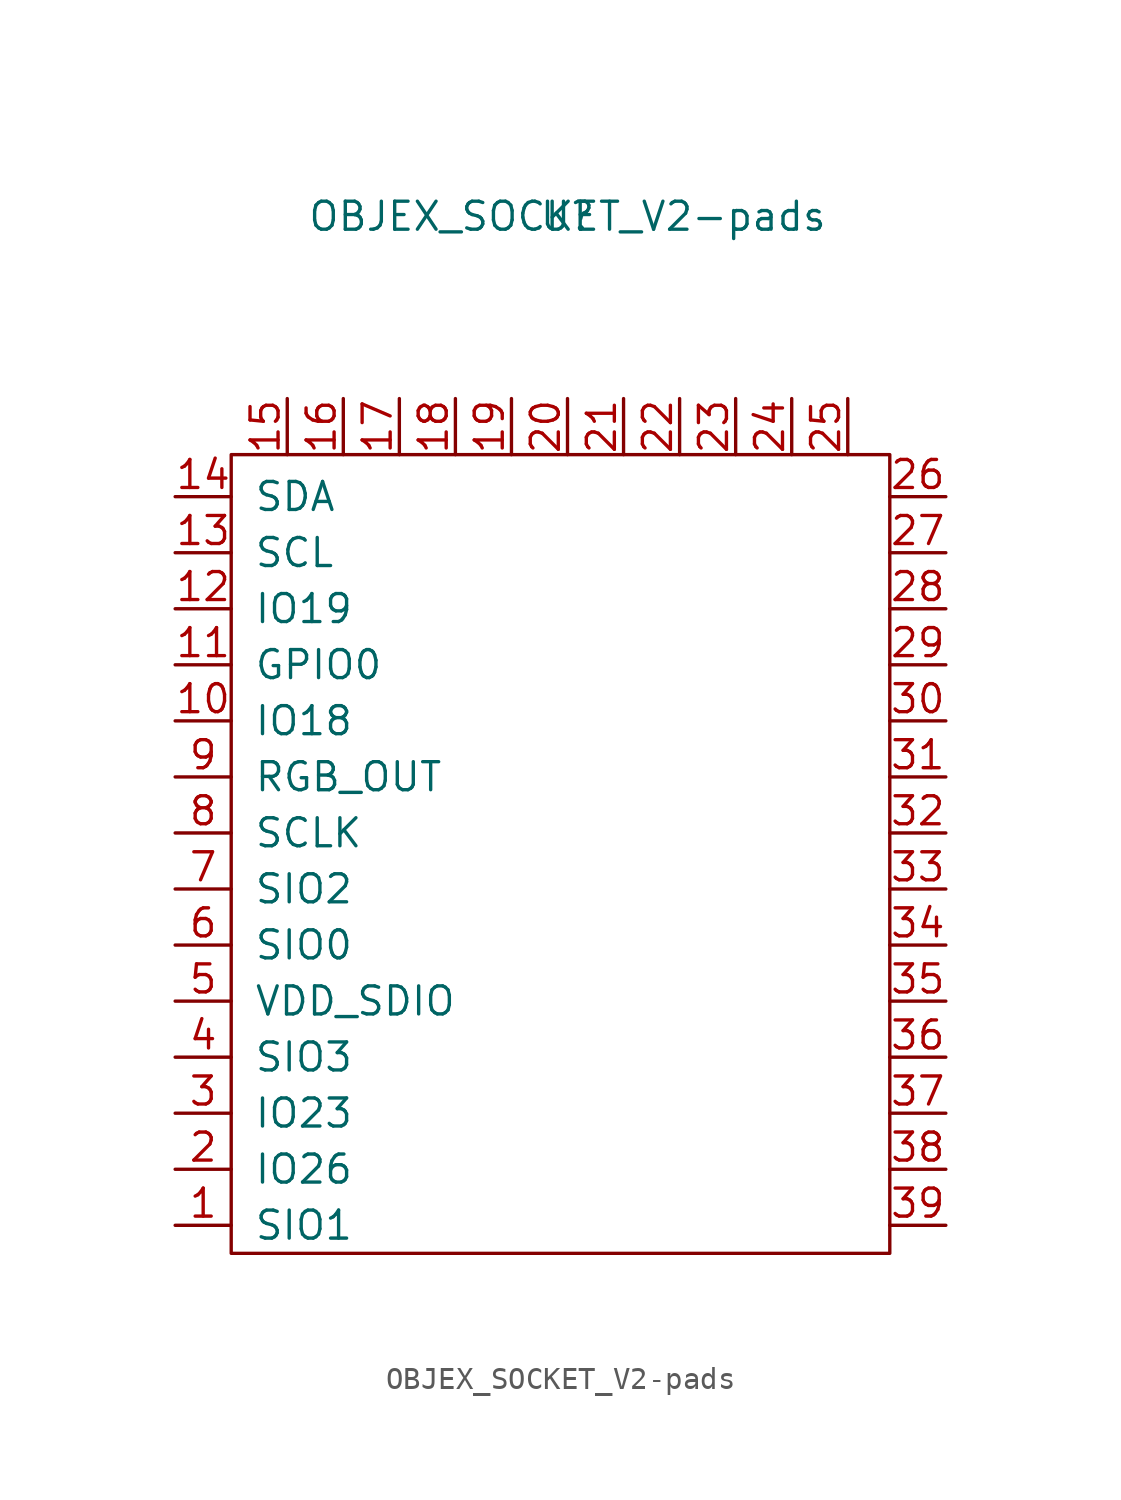
<source format=kicad_sym>
(kicad_symbol_lib
  (version 20211014)
  (generator kicad_symbol_editor)
  (symbol "OBJEX_SOCKET_V2-pads"
    (pin_names
      (offset 1.016))
    (property "Reference" "U"
      (at 0 1.905 0)
      (effects (font (size 1.27 1.27))))
    (property "Value" "OBJEX_SOCKET_V2-pads"
      (at 0 1.905 0)
      (effects (font (size 1.27 1.27))))
    (symbol "OBJEX_SOCKET_V2-pads_0_1"
      (rectangle (start -15.24 -8.89) (end 14.605 -45.085) (stroke (width 0) (type default) (color 0 0 0 0)) (fill (type none))))
    (symbol "OBJEX_SOCKET_V2-pads_1_1"
      (pin input line (at -17.78 -43.815 0) (length 2.54) (name "SIO1" (effects (font (size 1.27 1.27)))) (number "1" (effects (font (size 1.27 1.27)))))
      (pin input line (at -17.78 -20.955 0) (length 2.54) (name "IO18" (effects (font (size 1.27 1.27)))) (number "10" (effects (font (size 1.27 1.27)))))
      (pin input line (at -17.78 -18.415 0) (length 2.54) (name "GPIO0" (effects (font (size 1.27 1.27)))) (number "11" (effects (font (size 1.27 1.27)))))
      (pin input line (at -17.78 -15.875 0) (length 2.54) (name "IO19" (effects (font (size 1.27 1.27)))) (number "12" (effects (font (size 1.27 1.27)))))
      (pin input line (at -17.78 -13.335 0) (length 2.54) (name "SCL" (effects (font (size 1.27 1.27)))) (number "13" (effects (font (size 1.27 1.27)))))
      (pin input line (at -17.78 -10.795 0) (length 2.54) (name "SDA" (effects (font (size 1.27 1.27)))) (number "14" (effects (font (size 1.27 1.27)))))
      (pin input line (at -12.7 -6.35 270) (length 2.54) (name "~" (effects (font (size 1.27 1.27)))) (number "15" (effects (font (size 1.27 1.27)))))
      (pin input line (at -10.16 -6.35 270) (length 2.54) (name "~" (effects (font (size 1.27 1.27)))) (number "16" (effects (font (size 1.27 1.27)))))
      (pin input line (at -7.62 -6.35 270) (length 2.54) (name "~" (effects (font (size 1.27 1.27)))) (number "17" (effects (font (size 1.27 1.27)))))
      (pin input line (at -5.08 -6.35 270) (length 2.54) (name "~" (effects (font (size 1.27 1.27)))) (number "18" (effects (font (size 1.27 1.27)))))
      (pin input line (at -2.54 -6.35 270) (length 2.54) (name "~" (effects (font (size 1.27 1.27)))) (number "19" (effects (font (size 1.27 1.27)))))
      (pin input line (at -17.78 -41.275 0) (length 2.54) (name "IO26" (effects (font (size 1.27 1.27)))) (number "2" (effects (font (size 1.27 1.27)))))
      (pin input line (at 0 -6.35 270) (length 2.54) (name "~" (effects (font (size 1.27 1.27)))) (number "20" (effects (font (size 1.27 1.27)))))
      (pin input line (at 2.54 -6.35 270) (length 2.54) (name "~" (effects (font (size 1.27 1.27)))) (number "21" (effects (font (size 1.27 1.27)))))
      (pin input line (at 5.08 -6.35 270) (length 2.54) (name "~" (effects (font (size 1.27 1.27)))) (number "22" (effects (font (size 1.27 1.27)))))
      (pin input line (at 7.62 -6.35 270) (length 2.54) (name "~" (effects (font (size 1.27 1.27)))) (number "23" (effects (font (size 1.27 1.27)))))
      (pin input line (at 10.16 -6.35 270) (length 2.54) (name "~" (effects (font (size 1.27 1.27)))) (number "24" (effects (font (size 1.27 1.27)))))
      (pin input line (at 12.7 -6.35 270) (length 2.54) (name "~" (effects (font (size 1.27 1.27)))) (number "25" (effects (font (size 1.27 1.27)))))
      (pin input line (at 17.145 -10.795 180) (length 2.54) (name "~" (effects (font (size 1.27 1.27)))) (number "26" (effects (font (size 1.27 1.27)))))
      (pin input line (at 17.145 -13.335 180) (length 2.54) (name "~" (effects (font (size 1.27 1.27)))) (number "27" (effects (font (size 1.27 1.27)))))
      (pin input line (at 17.145 -15.875 180) (length 2.54) (name "~" (effects (font (size 1.27 1.27)))) (number "28" (effects (font (size 1.27 1.27)))))
      (pin input line (at 17.145 -18.415 180) (length 2.54) (name "~" (effects (font (size 1.27 1.27)))) (number "29" (effects (font (size 1.27 1.27)))))
      (pin input line (at -17.78 -38.735 0) (length 2.54) (name "IO23" (effects (font (size 1.27 1.27)))) (number "3" (effects (font (size 1.27 1.27)))))
      (pin input line (at 17.145 -20.955 180) (length 2.54) (name "~" (effects (font (size 1.27 1.27)))) (number "30" (effects (font (size 1.27 1.27)))))
      (pin input line (at 17.145 -23.495 180) (length 2.54) (name "~" (effects (font (size 1.27 1.27)))) (number "31" (effects (font (size 1.27 1.27)))))
      (pin input line (at 17.145 -26.035 180) (length 2.54) (name "~" (effects (font (size 1.27 1.27)))) (number "32" (effects (font (size 1.27 1.27)))))
      (pin input line (at 17.145 -28.575 180) (length 2.54) (name "~" (effects (font (size 1.27 1.27)))) (number "33" (effects (font (size 1.27 1.27)))))
      (pin input line (at 17.145 -31.115 180) (length 2.54) (name "~" (effects (font (size 1.27 1.27)))) (number "34" (effects (font (size 1.27 1.27)))))
      (pin input line (at 17.145 -33.655 180) (length 2.54) (name "~" (effects (font (size 1.27 1.27)))) (number "35" (effects (font (size 1.27 1.27)))))
      (pin input line (at 17.145 -36.195 180) (length 2.54) (name "~" (effects (font (size 1.27 1.27)))) (number "36" (effects (font (size 1.27 1.27)))))
      (pin input line (at 17.145 -38.735 180) (length 2.54) (name "~" (effects (font (size 1.27 1.27)))) (number "37" (effects (font (size 1.27 1.27)))))
      (pin input line (at 17.145 -41.275 180) (length 2.54) (name "~" (effects (font (size 1.27 1.27)))) (number "38" (effects (font (size 1.27 1.27)))))
      (pin input line (at 17.145 -43.815 180) (length 2.54) (name "~" (effects (font (size 1.27 1.27)))) (number "39" (effects (font (size 1.27 1.27)))))
      (pin input line (at -17.78 -36.195 0) (length 2.54) (name "SIO3" (effects (font (size 1.27 1.27)))) (number "4" (effects (font (size 1.27 1.27)))))
      (pin input line (at -17.78 -33.655 0) (length 2.54) (name "VDD_SDIO" (effects (font (size 1.27 1.27)))) (number "5" (effects (font (size 1.27 1.27)))))
      (pin input line (at -17.78 -31.115 0) (length 2.54) (name "SIO0" (effects (font (size 1.27 1.27)))) (number "6" (effects (font (size 1.27 1.27)))))
      (pin input line (at -17.78 -28.575 0) (length 2.54) (name "SIO2" (effects (font (size 1.27 1.27)))) (number "7" (effects (font (size 1.27 1.27)))))
      (pin input line (at -17.78 -26.035 0) (length 2.54) (name "SCLK" (effects (font (size 1.27 1.27)))) (number "8" (effects (font (size 1.27 1.27)))))
      (pin input line (at -17.78 -23.495 0) (length 2.54) (name "RGB_OUT" (effects (font (size 1.27 1.27)))) (number "9" (effects (font (size 1.27 1.27))))))))
</source>
